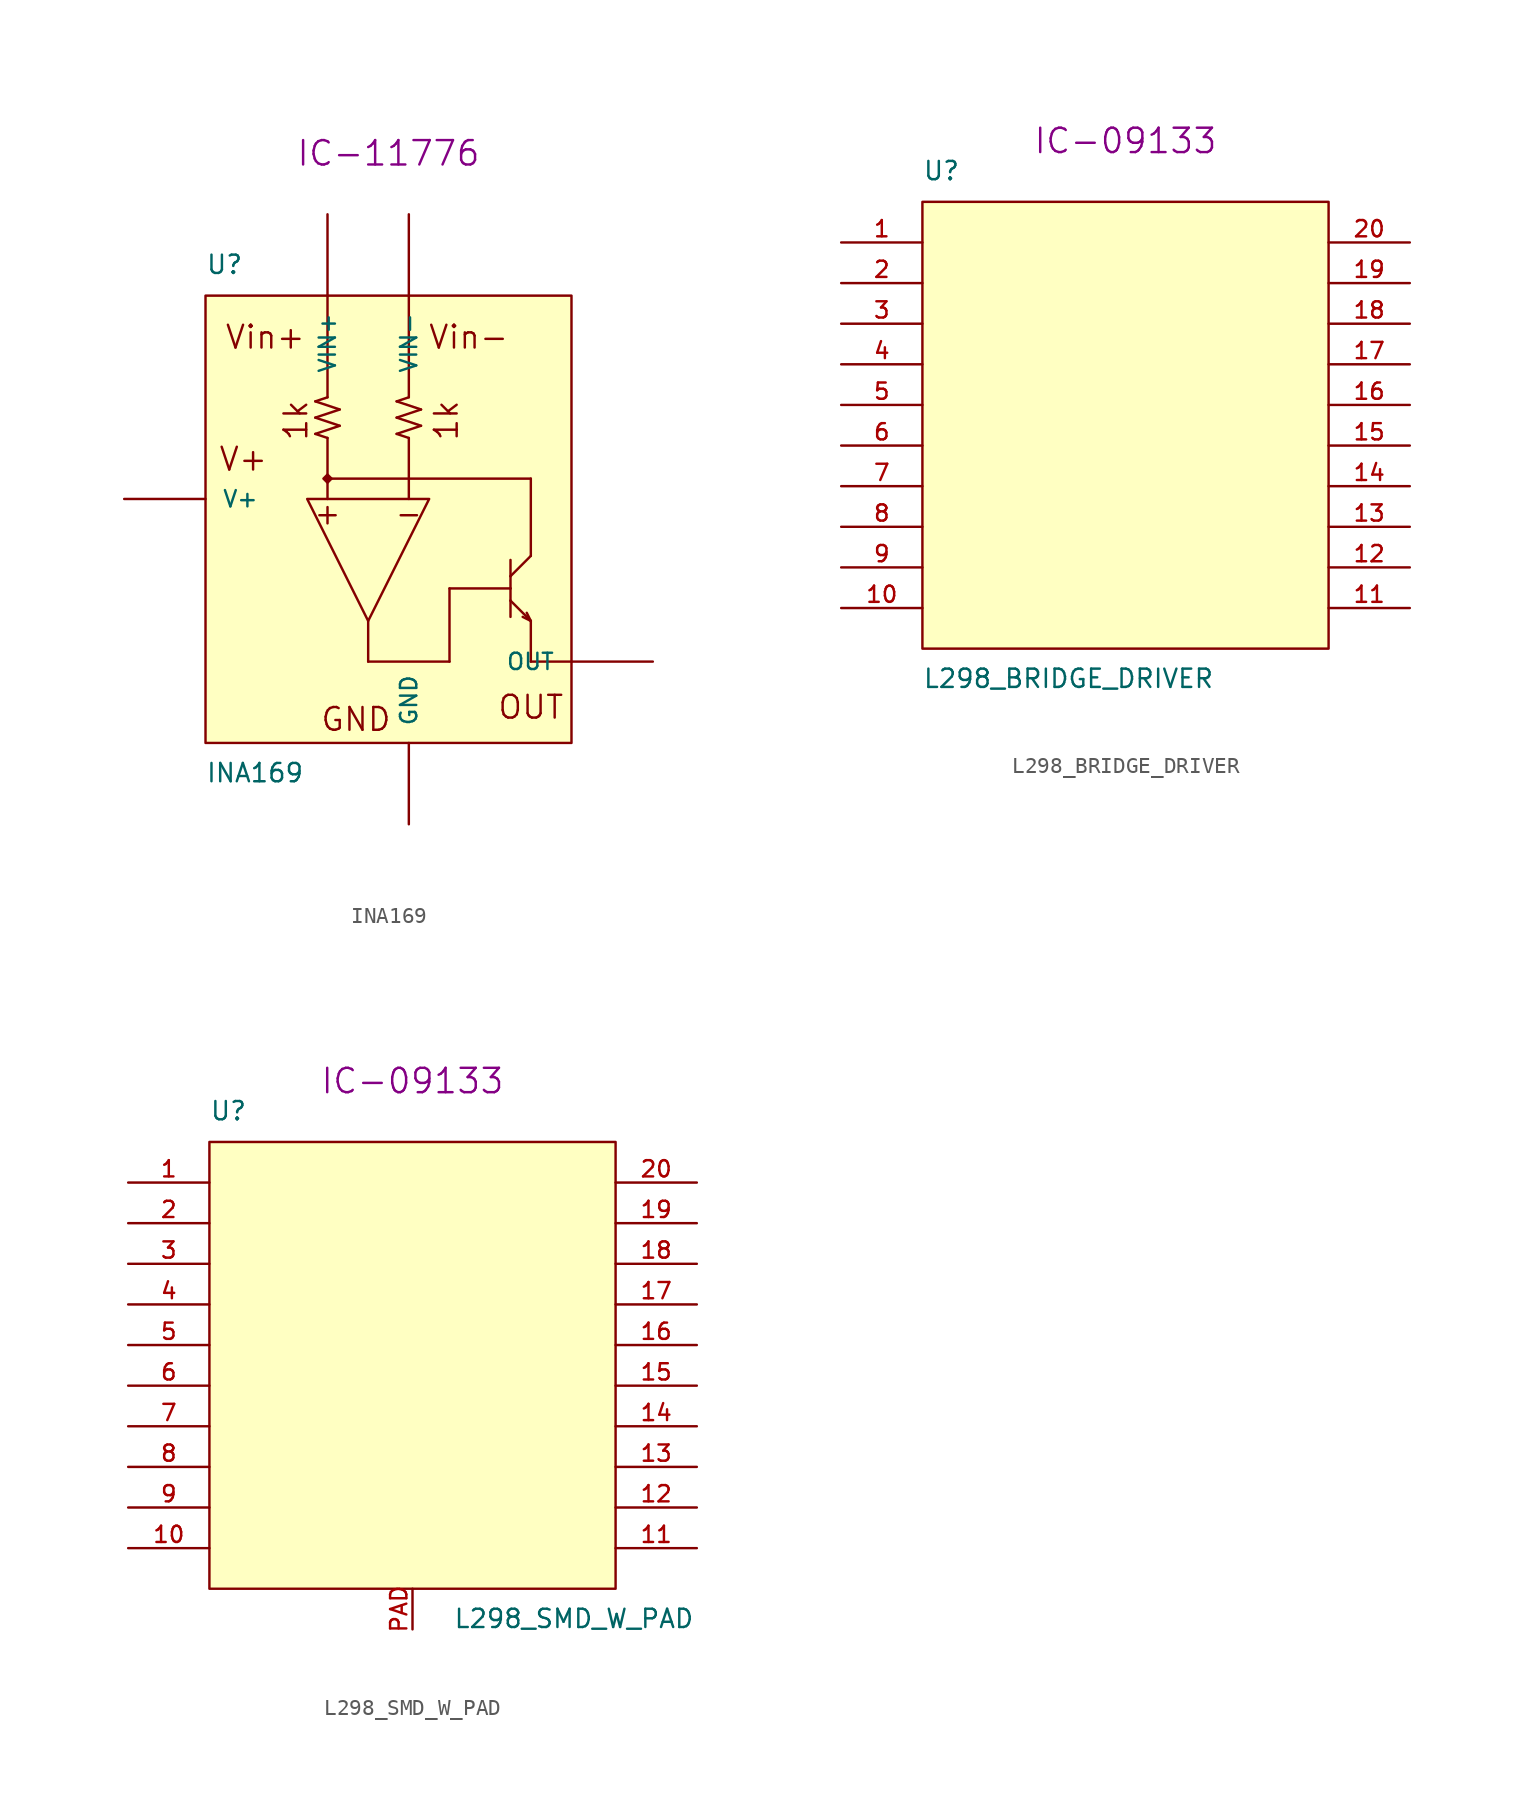
<source format=kicad_sym>
(kicad_symbol_lib
  (version 20201005)
  (generator kicad_symbol_editor)
  (symbol "INA169"
    (pin_numbers hide)
    (pin_names
      (offset 1.016))
    (property "Reference" "U"
      (at -11.43 16.51 0)
      (effects (font (size 1.143 1.143)) (justify left bottom)))
    (property "Value" "INA169"
      (at -11.43 -15.24 0)
      (effects (font (size 1.143 1.143)) (justify left bottom)))
    (property "Field4" "IC-11776"
      (at 0 24.13 0)
      (effects (font (size 1.524 1.524))))
    (property "ki_locked" ""
      (at 0 0 0)
      (effects (font (size 1.27 1.27))))
    (symbol "INA169_1_0"
      (text "1k" (at -5.791 7.442 900) (effects (font (size 1.422 1.422))))
      (text "1k" (at 3.607 7.442 900) (effects (font (size 1.422 1.422))))
      (text "GND" (at -2.032 -11.227 0) (effects (font (size 1.422 1.422))))
      (text "OUT" (at 8.89 -10.465 0) (effects (font (size 1.422 1.422))))
      (text "V+" (at -9.068 5.029 0) (effects (font (size 1.422 1.422))))
      (text "Vin+" (at -7.696 12.649 0) (effects (font (size 1.422 1.422))))
      (text "Vin-" (at 5.004 12.649 0) (effects (font (size 1.422 1.422))))
      (polyline (pts (xy -4.572 6.604) (xy -3.81 6.35)) (stroke (width 0)) (fill (type none)))
      (polyline (pts (xy -4.572 7.62) (xy -3.048 7.112)) (stroke (width 0)) (fill (type none)))
      (polyline (pts (xy -4.572 8.636) (xy -3.048 8.128)) (stroke (width 0)) (fill (type none)))
      (polyline (pts (xy -3.81 2.032) (xy -3.81 1.016)) (stroke (width 0)) (fill (type none)))
      (polyline (pts (xy -3.81 3.81) (xy -3.81 2.54)) (stroke (width 0)) (fill (type none)))
      (polyline (pts (xy -3.81 3.81) (xy 8.89 3.81)) (stroke (width 0)) (fill (type none)))
      (polyline (pts (xy -3.81 6.35) (xy -3.81 3.81)) (stroke (width 0)) (fill (type none)))
      (polyline (pts (xy -3.81 8.89) (xy -4.572 8.636)) (stroke (width 0)) (fill (type none)))
      (polyline (pts (xy -3.81 15.24) (xy -3.81 8.89)) (stroke (width 0)) (fill (type none)))
      (polyline (pts (xy -3.302 1.524) (xy -4.318 1.524)) (stroke (width 0)) (fill (type none)))
      (polyline (pts (xy -3.048 7.112) (xy -4.572 6.604)) (stroke (width 0)) (fill (type none)))
      (polyline (pts (xy -3.048 8.128) (xy -4.572 7.62)) (stroke (width 0)) (fill (type none)))
      (polyline (pts (xy -1.27 -7.62) (xy 3.81 -7.62)) (stroke (width 0)) (fill (type none)))
      (polyline (pts (xy -1.27 -5.08) (xy -1.27 -7.62)) (stroke (width 0)) (fill (type none)))
      (polyline (pts (xy 0.508 6.604) (xy 1.27 6.35)) (stroke (width 0)) (fill (type none)))
      (polyline (pts (xy 0.508 7.62) (xy 2.032 7.112)) (stroke (width 0)) (fill (type none)))
      (polyline (pts (xy 0.508 8.636) (xy 2.032 8.128)) (stroke (width 0)) (fill (type none)))
      (polyline (pts (xy 0.762 1.524) (xy 1.778 1.524)) (stroke (width 0)) (fill (type none)))
      (polyline (pts (xy 1.27 6.35) (xy 1.27 2.54)) (stroke (width 0)) (fill (type none)))
      (polyline (pts (xy 1.27 8.89) (xy 0.508 8.636)) (stroke (width 0)) (fill (type none)))
      (polyline (pts (xy 1.27 15.24) (xy 1.27 8.89)) (stroke (width 0)) (fill (type none)))
      (polyline (pts (xy 2.032 7.112) (xy 0.508 6.604)) (stroke (width 0)) (fill (type none)))
      (polyline (pts (xy 2.032 8.128) (xy 0.508 7.62)) (stroke (width 0)) (fill (type none)))
      (polyline (pts (xy 3.81 -7.62) (xy 3.81 -3.048)) (stroke (width 0)) (fill (type none)))
      (polyline (pts (xy 3.81 -3.048) (xy 7.62 -3.048)) (stroke (width 0)) (fill (type none)))
      (polyline (pts (xy 7.62 -3.81) (xy 7.62 -4.826)) (stroke (width 0)) (fill (type none)))
      (polyline (pts (xy 7.62 -3.81) (xy 7.62 -3.048)) (stroke (width 0)) (fill (type none)))
      (polyline (pts (xy 7.62 -3.048) (xy 7.62 -2.286)) (stroke (width 0)) (fill (type none)))
      (polyline (pts (xy 7.62 -2.286) (xy 7.62 -1.27)) (stroke (width 0)) (fill (type none)))
      (polyline (pts (xy 7.62 -2.286) (xy 8.89 -1.016)) (stroke (width 0)) (fill (type none)))
      (polyline (pts (xy 8.89 -7.62) (xy 8.89 -5.08)) (stroke (width 0)) (fill (type none)))
      (polyline (pts (xy 8.89 -5.08) (xy 7.62 -3.81)) (stroke (width 0)) (fill (type none)))
      (polyline (pts (xy 8.89 -5.08) (xy 8.382 -4.826)) (stroke (width 0)) (fill (type none)))
      (polyline (pts (xy 8.89 -5.08) (xy 8.636 -4.572)) (stroke (width 0)) (fill (type none)))
      (polyline (pts (xy 8.89 -1.016) (xy 8.89 3.81)) (stroke (width 0)) (fill (type none)))
      (polyline (pts (xy 11.43 -7.62) (xy 8.89 -7.62)) (stroke (width 0)) (fill (type none))))
    (symbol "INA169_1_1"
      (polyline (pts (xy -5.08 2.54) (xy 2.54 2.54) (xy -1.27 -5.08) (xy -5.08 2.54)) (stroke (width 0)) (fill (type background)))
      (polyline (pts (xy -11.43 15.24) (xy -3.81 15.24) (xy 1.27 15.24) (xy 11.43 15.24) (xy 11.43 -12.7) (xy -11.43 -12.7) (xy -11.43 15.24)) (stroke (width 0)) (fill (type background)))
      (polyline (pts (xy -4.064 3.81) (xy -3.81 4.064) (xy -3.81 4.064) (xy -3.556 3.81) (xy -3.556 3.81) (xy -3.81 3.556) (xy -3.81 3.556) (xy -4.064 3.81)) (stroke (width 0)) (fill (type outline)))
      (pin bidirectional line (at 16.51 -7.62 180) (length 5.08) (name "OUT" (effects (font (size 1.016 1.016)))) (number "1" (effects (font (size 1.016 1.016)))))
      (pin bidirectional line (at 1.27 -17.78 90) (length 5.08) (name "GND" (effects (font (size 1.016 1.016)))) (number "2" (effects (font (size 1.016 1.016)))))
      (pin bidirectional line (at -3.81 20.32 270) (length 5.08) (name "VIN+" (effects (font (size 1.016 1.016)))) (number "3" (effects (font (size 1.016 1.016)))))
      (pin bidirectional line (at 1.27 20.32 270) (length 5.08) (name "VIN-" (effects (font (size 1.016 1.016)))) (number "4" (effects (font (size 1.016 1.016)))))
      (pin bidirectional line (at -16.51 2.54 0) (length 5.08) (name "V+" (effects (font (size 1.016 1.016)))) (number "5" (effects (font (size 1.016 1.016)))))))
  (symbol "L298_BRIDGE_DRIVER"
    (pin_names
      (offset 1.016) hide)
    (property "Reference" "U"
      (at -12.7 16.51 0)
      (effects (font (size 1.143 1.143)) (justify left bottom)))
    (property "Value" "L298_BRIDGE_DRIVER"
      (at -12.7 -15.24 0)
      (effects (font (size 1.143 1.143)) (justify left bottom)))
    (property "Field4" "IC-09133"
      (at 0 19.05 0)
      (effects (font (size 1.524 1.524))))
    (property "ki_locked" ""
      (at 0 0 0)
      (effects (font (size 1.27 1.27))))
    (symbol "L298_BRIDGE_DRIVER_1_1"
      (polyline (pts (xy -12.7 -12.7) (xy 12.7 -12.7) (xy 12.7 15.24) (xy -12.7 15.24) (xy -12.7 -12.7)) (stroke (width 0)) (fill (type background)))
      (pin bidirectional line (at -17.78 12.7 0) (length 5.08) (name "GND" (effects (font (size 1.016 1.016)))) (number "1" (effects (font (size 1.016 1.016)))))
      (pin bidirectional line (at -17.78 10.16 0) (length 5.08) (name "SENSE_A" (effects (font (size 1.016 1.016)))) (number "2" (effects (font (size 1.016 1.016)))))
      (pin bidirectional line (at -17.78 7.62 0) (length 5.08) (name "NC" (effects (font (size 1.016 1.016)))) (number "3" (effects (font (size 1.016 1.016)))))
      (pin bidirectional line (at -17.78 5.08 0) (length 5.08) (name "OUT1" (effects (font (size 1.016 1.016)))) (number "4" (effects (font (size 1.016 1.016)))))
      (pin bidirectional line (at -17.78 2.54 0) (length 5.08) (name "OUT2" (effects (font (size 1.016 1.016)))) (number "5" (effects (font (size 1.016 1.016)))))
      (pin bidirectional line (at -17.78 0 0) (length 5.08) (name "VS" (effects (font (size 1.016 1.016)))) (number "6" (effects (font (size 1.016 1.016)))))
      (pin bidirectional line (at -17.78 -2.54 0) (length 5.08) (name "IN1" (effects (font (size 1.016 1.016)))) (number "7" (effects (font (size 1.016 1.016)))))
      (pin bidirectional line (at -17.78 -5.08 0) (length 5.08) (name "ENA" (effects (font (size 1.016 1.016)))) (number "8" (effects (font (size 1.016 1.016)))))
      (pin bidirectional line (at -17.78 -7.62 0) (length 5.08) (name "IN2" (effects (font (size 1.016 1.016)))) (number "9" (effects (font (size 1.016 1.016)))))
      (pin bidirectional line (at -17.78 -10.16 0) (length 5.08) (name "GND" (effects (font (size 1.016 1.016)))) (number "10" (effects (font (size 1.016 1.016)))))
      (pin bidirectional line (at 17.78 12.7 180) (length 5.08) (name "GND" (effects (font (size 1.016 1.016)))) (number "20" (effects (font (size 1.016 1.016)))))
      (pin bidirectional line (at 17.78 -10.16 180) (length 5.08) (name "GND" (effects (font (size 1.016 1.016)))) (number "11" (effects (font (size 1.016 1.016)))))
      (pin bidirectional line (at 17.78 -7.62 180) (length 5.08) (name "VSS" (effects (font (size 1.016 1.016)))) (number "12" (effects (font (size 1.016 1.016)))))
      (pin bidirectional line (at 17.78 -5.08 180) (length 5.08) (name "IN3" (effects (font (size 1.016 1.016)))) (number "13" (effects (font (size 1.016 1.016)))))
      (pin bidirectional line (at 17.78 -2.54 180) (length 5.08) (name "ENB" (effects (font (size 1.016 1.016)))) (number "14" (effects (font (size 1.016 1.016)))))
      (pin bidirectional line (at 17.78 0 180) (length 5.08) (name "IN4" (effects (font (size 1.016 1.016)))) (number "15" (effects (font (size 1.016 1.016)))))
      (pin bidirectional line (at 17.78 2.54 180) (length 5.08) (name "OUT3" (effects (font (size 1.016 1.016)))) (number "16" (effects (font (size 1.016 1.016)))))
      (pin bidirectional line (at 17.78 5.08 180) (length 5.08) (name "OUT4" (effects (font (size 1.016 1.016)))) (number "17" (effects (font (size 1.016 1.016)))))
      (pin bidirectional line (at 17.78 7.62 180) (length 5.08) (name "NC" (effects (font (size 1.016 1.016)))) (number "18" (effects (font (size 1.016 1.016)))))
      (pin bidirectional line (at 17.78 10.16 180) (length 5.08) (name "SENSE_B" (effects (font (size 1.016 1.016)))) (number "19" (effects (font (size 1.016 1.016)))))))
  (symbol "L298_SMD_W_PAD"
    (pin_names
      (offset 1.016) hide)
    (property "Reference" "U"
      (at -12.7 16.51 0)
      (effects (font (size 1.143 1.143)) (justify left bottom)))
    (property "Value" "L298_SMD_W_PAD"
      (at 2.54 -15.24 0)
      (effects (font (size 1.143 1.143)) (justify left bottom)))
    (property "Field4" "IC-09133"
      (at 0 19.05 0)
      (effects (font (size 1.524 1.524))))
    (property "ki_locked" ""
      (at 0 0 0)
      (effects (font (size 1.27 1.27))))
    (symbol "L298_SMD_W_PAD_1_1"
      (polyline (pts (xy -12.7 -12.7) (xy 12.7 -12.7) (xy 12.7 15.24) (xy -12.7 15.24) (xy -12.7 -12.7)) (stroke (width 0)) (fill (type background)))
      (pin bidirectional line (at -17.78 12.7 0) (length 5.08) (name "GND" (effects (font (size 1.016 1.016)))) (number "1" (effects (font (size 1.016 1.016)))))
      (pin bidirectional line (at -17.78 10.16 0) (length 5.08) (name "SENSE_A" (effects (font (size 1.016 1.016)))) (number "2" (effects (font (size 1.016 1.016)))))
      (pin bidirectional line (at -17.78 7.62 0) (length 5.08) (name "NC" (effects (font (size 1.016 1.016)))) (number "3" (effects (font (size 1.016 1.016)))))
      (pin bidirectional line (at -17.78 5.08 0) (length 5.08) (name "OUT1" (effects (font (size 1.016 1.016)))) (number "4" (effects (font (size 1.016 1.016)))))
      (pin bidirectional line (at -17.78 2.54 0) (length 5.08) (name "OUT2" (effects (font (size 1.016 1.016)))) (number "5" (effects (font (size 1.016 1.016)))))
      (pin bidirectional line (at -17.78 0 0) (length 5.08) (name "VS" (effects (font (size 1.016 1.016)))) (number "6" (effects (font (size 1.016 1.016)))))
      (pin bidirectional line (at -17.78 -2.54 0) (length 5.08) (name "IN1" (effects (font (size 1.016 1.016)))) (number "7" (effects (font (size 1.016 1.016)))))
      (pin bidirectional line (at -17.78 -5.08 0) (length 5.08) (name "ENA" (effects (font (size 1.016 1.016)))) (number "8" (effects (font (size 1.016 1.016)))))
      (pin bidirectional line (at -17.78 -7.62 0) (length 5.08) (name "IN2" (effects (font (size 1.016 1.016)))) (number "9" (effects (font (size 1.016 1.016)))))
      (pin bidirectional line (at -17.78 -10.16 0) (length 5.08) (name "GND" (effects (font (size 1.016 1.016)))) (number "10" (effects (font (size 1.016 1.016)))))
      (pin bidirectional line (at 17.78 12.7 180) (length 5.08) (name "GND" (effects (font (size 1.016 1.016)))) (number "20" (effects (font (size 1.016 1.016)))))
      (pin bidirectional line (at 17.78 -10.16 180) (length 5.08) (name "GND" (effects (font (size 1.016 1.016)))) (number "11" (effects (font (size 1.016 1.016)))))
      (pin bidirectional line (at 17.78 -7.62 180) (length 5.08) (name "VSS" (effects (font (size 1.016 1.016)))) (number "12" (effects (font (size 1.016 1.016)))))
      (pin bidirectional line (at 17.78 -5.08 180) (length 5.08) (name "IN3" (effects (font (size 1.016 1.016)))) (number "13" (effects (font (size 1.016 1.016)))))
      (pin bidirectional line (at 17.78 -2.54 180) (length 5.08) (name "ENB" (effects (font (size 1.016 1.016)))) (number "14" (effects (font (size 1.016 1.016)))))
      (pin bidirectional line (at 17.78 0 180) (length 5.08) (name "IN4" (effects (font (size 1.016 1.016)))) (number "15" (effects (font (size 1.016 1.016)))))
      (pin bidirectional line (at 17.78 2.54 180) (length 5.08) (name "OUT3" (effects (font (size 1.016 1.016)))) (number "16" (effects (font (size 1.016 1.016)))))
      (pin bidirectional line (at 17.78 5.08 180) (length 5.08) (name "OUT4" (effects (font (size 1.016 1.016)))) (number "17" (effects (font (size 1.016 1.016)))))
      (pin bidirectional line (at 17.78 7.62 180) (length 5.08) (name "NC" (effects (font (size 1.016 1.016)))) (number "18" (effects (font (size 1.016 1.016)))))
      (pin bidirectional line (at 17.78 10.16 180) (length 5.08) (name "SENSE_B" (effects (font (size 1.016 1.016)))) (number "19" (effects (font (size 1.016 1.016)))))
      (pin bidirectional line (at 0 -15.24 90) (length 2.54) (name "GND" (effects (font (size 1.016 1.016)))) (number "PAD" (effects (font (size 1.016 1.016))))))))
</source>
